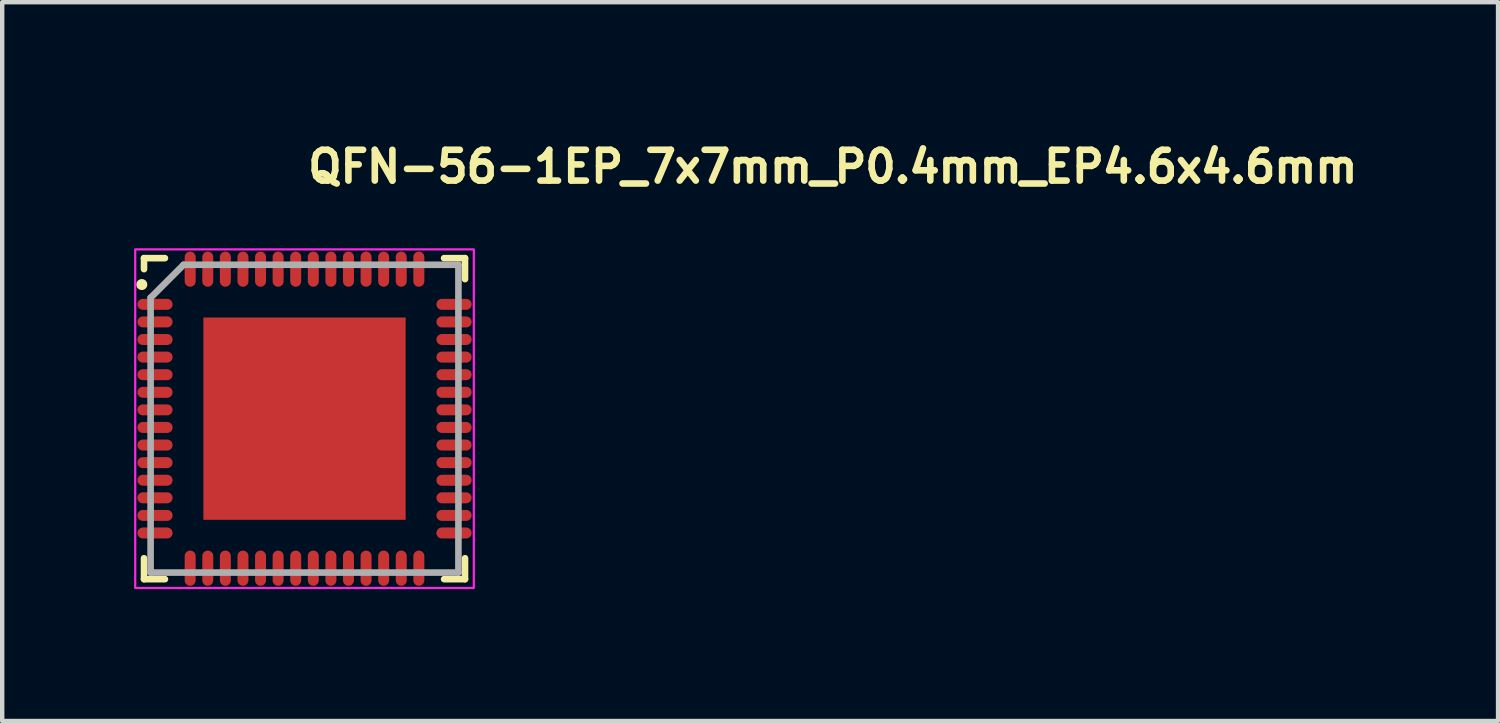
<source format=kicad_pcb>
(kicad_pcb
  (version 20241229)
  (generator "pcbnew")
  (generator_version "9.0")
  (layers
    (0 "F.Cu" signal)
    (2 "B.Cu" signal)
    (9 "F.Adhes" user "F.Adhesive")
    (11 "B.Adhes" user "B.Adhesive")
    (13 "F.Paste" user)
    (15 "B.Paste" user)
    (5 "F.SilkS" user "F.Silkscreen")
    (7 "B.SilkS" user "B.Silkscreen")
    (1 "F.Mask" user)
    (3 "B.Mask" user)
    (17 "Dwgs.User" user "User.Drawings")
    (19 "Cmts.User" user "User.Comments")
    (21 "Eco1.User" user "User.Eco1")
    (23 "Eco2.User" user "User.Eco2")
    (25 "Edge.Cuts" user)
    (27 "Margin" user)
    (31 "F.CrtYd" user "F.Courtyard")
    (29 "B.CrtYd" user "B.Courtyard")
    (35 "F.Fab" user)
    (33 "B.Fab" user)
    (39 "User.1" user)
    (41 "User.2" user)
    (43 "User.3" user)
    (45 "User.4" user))
  (footprint "QFN-56-1EP_7x7mm_P0.4mm_EP4.6x4.6mm"
    (layer "F.Cu")
    (at 3.875 6.471)
    (property "Reference" "QFN-56-1EP_7x7mm_P0.4mm_EP4.6x4.6mm" (at 0 -5.321 0) (layer "F.SilkS") (effects (font (size 0.7 0.7) (thickness 0.15)) (justify left bottom)))
    (attr smd)
    (fp_line (start -3.65 -3.4) (end -3.65 -3.65) (stroke (width 0.15) (type solid)) (layer "F.SilkS"))
    (fp_line (start -3.65 3.65) (end -3.65 3.174) (stroke (width 0.15) (type solid)) (layer "F.SilkS"))
    (fp_line (start -3.174 -3.65) (end -3.65 -3.65) (stroke (width 0.15) (type solid)) (layer "F.SilkS"))
    (fp_line (start -3.174 3.65) (end -3.65 3.65) (stroke (width 0.15) (type solid)) (layer "F.SilkS"))
    (fp_line (start 3.174 -3.65) (end 3.65 -3.65) (stroke (width 0.15) (type solid)) (layer "F.SilkS"))
    (fp_line (start 3.174 3.65) (end 3.65 3.65) (stroke (width 0.15) (type solid)) (layer "F.SilkS"))
    (fp_line (start 3.65 -3.65) (end 3.65 -3.174) (stroke (width 0.15) (type solid)) (layer "F.SilkS"))
    (fp_line (start 3.65 3.65) (end 3.65 3.174) (stroke (width 0.15) (type solid)) (layer "F.SilkS"))
    (fp_circle (center -3.7 -3.05) (end -3.65 -3.05) (stroke (width 0.15) (type solid)) (fill yes) (layer "F.SilkS"))
    (fp_rect (start 3.85 3.85) (end -3.85 -3.85) (stroke (width 0.05) (type solid)) (fill no) (layer "F.CrtYd"))
    (fp_line (start -3.5 -2.75) (end -3.5 3.5) (stroke (width 0.15) (type solid)) (layer "F.Fab"))
    (fp_line (start -3.5 3.5) (end 3.5 3.5) (stroke (width 0.15) (type solid)) (layer "F.Fab"))
    (fp_line (start -2.75 -3.5) (end -3.5 -2.75) (stroke (width 0.15) (type solid)) (layer "F.Fab"))
    (fp_line (start 3.5 -3.5) (end -2.75 -3.5) (stroke (width 0.15) (type solid)) (layer "F.Fab"))
    (fp_line (start 3.5 3.5) (end 3.5 -3.5) (stroke (width 0.15) (type solid)) (layer "F.Fab"))
    (fp_rect (start -3.5 -3.5) (end 3.5 3.5) (stroke (width 0.15) (type solid)) (fill no) (layer "User.5"))
    (fp_line (start -3.5 -2.7) (end -3.5 -2.5) (stroke (width 0.01) (type solid)) (layer "User.9"))
    (fp_line (start -3.5 -2.5) (end -3.49 -2.5) (stroke (width 0.01) (type solid)) (layer "User.9"))
    (fp_line (start -3.5 -2.3) (end -3.5 -2.1) (stroke (width 0.01) (type solid)) (layer "User.9"))
    (fp_line (start -3.5 -2.1) (end -3.49 -2.1) (stroke (width 0.01) (type solid)) (layer "User.9"))
    (fp_line (start -3.5 -1.9) (end -3.5 -1.7) (stroke (width 0.01) (type solid)) (layer "User.9"))
    (fp_line (start -3.5 -1.7) (end -3.49 -1.7) (stroke (width 0.01) (type solid)) (layer "User.9"))
    (fp_line (start -3.5 -1.5) (end -3.5 -1.3) (stroke (width 0.01) (type solid)) (layer "User.9"))
    (fp_line (start -3.5 -1.3) (end -3.49 -1.3) (stroke (width 0.01) (type solid)) (layer "User.9"))
    (fp_line (start -3.5 -1.1) (end -3.5 -0.9) (stroke (width 0.01) (type solid)) (layer "User.9"))
    (fp_line (start -3.5 -0.9) (end -3.49 -0.9) (stroke (width 0.01) (type solid)) (layer "User.9"))
    (fp_line (start -3.5 -0.7) (end -3.5 -0.5) (stroke (width 0.01) (type solid)) (layer "User.9"))
    (fp_line (start -3.5 -0.5) (end -3.49 -0.5) (stroke (width 0.01) (type solid)) (layer "User.9"))
    (fp_line (start -3.5 -0.3) (end -3.5 -0.1) (stroke (width 0.01) (type solid)) (layer "User.9"))
    (fp_line (start -3.5 -0.1) (end -3.49 -0.1) (stroke (width 0.01) (type solid)) (layer "User.9"))
    (fp_line (start -3.5 0.1) (end -3.5 0.3) (stroke (width 0.01) (type solid)) (layer "User.9"))
    (fp_line (start -3.5 0.3) (end -3.49 0.3) (stroke (width 0.01) (type solid)) (layer "User.9"))
    (fp_line (start -3.5 0.5) (end -3.5 0.7) (stroke (width 0.01) (type solid)) (layer "User.9"))
    (fp_line (start -3.5 0.7) (end -3.49 0.7) (stroke (width 0.01) (type solid)) (layer "User.9"))
    (fp_line (start -3.5 0.9) (end -3.5 1.1) (stroke (width 0.01) (type solid)) (layer "User.9"))
    (fp_line (start -3.5 1.1) (end -3.49 1.1) (stroke (width 0.01) (type solid)) (layer "User.9"))
    (fp_line (start -3.5 1.3) (end -3.5 1.5) (stroke (width 0.01) (type solid)) (layer "User.9"))
    (fp_line (start -3.5 1.5) (end -3.49 1.5) (stroke (width 0.01) (type solid)) (layer "User.9"))
    (fp_line (start -3.5 1.7) (end -3.5 1.9) (stroke (width 0.01) (type solid)) (layer "User.9"))
    (fp_line (start -3.5 1.9) (end -3.49 1.9) (stroke (width 0.01) (type solid)) (layer "User.9"))
    (fp_line (start -3.5 2.1) (end -3.5 2.3) (stroke (width 0.01) (type solid)) (layer "User.9"))
    (fp_line (start -3.5 2.3) (end -3.49 2.3) (stroke (width 0.01) (type solid)) (layer "User.9"))
    (fp_line (start -3.5 2.5) (end -3.5 2.7) (stroke (width 0.01) (type solid)) (layer "User.9"))
    (fp_line (start -3.5 2.7) (end -3.49 2.7) (stroke (width 0.01) (type solid)) (layer "User.9"))
    (fp_line (start -3.49 -2.7) (end -3.5 -2.7) (stroke (width 0.01) (type solid)) (layer "User.9"))
    (fp_line (start -3.49 -2.3) (end -3.5 -2.3) (stroke (width 0.01) (type solid)) (layer "User.9"))
    (fp_line (start -3.49 -1.9) (end -3.5 -1.9) (stroke (width 0.01) (type solid)) (layer "User.9"))
    (fp_line (start -3.49 -1.5) (end -3.5 -1.5) (stroke (width 0.01) (type solid)) (layer "User.9"))
    (fp_line (start -3.49 -1.1) (end -3.5 -1.1) (stroke (width 0.01) (type solid)) (layer "User.9"))
    (fp_line (start -3.49 -0.7) (end -3.5 -0.7) (stroke (width 0.01) (type solid)) (layer "User.9"))
    (fp_line (start -3.49 -0.3) (end -3.5 -0.3) (stroke (width 0.01) (type solid)) (layer "User.9"))
    (fp_line (start -3.49 0.1) (end -3.5 0.1) (stroke (width 0.01) (type solid)) (layer "User.9"))
    (fp_line (start -3.49 0.5) (end -3.5 0.5) (stroke (width 0.01) (type solid)) (layer "User.9"))
    (fp_line (start -3.49 0.9) (end -3.5 0.9) (stroke (width 0.01) (type solid)) (layer "User.9"))
    (fp_line (start -3.49 1.3) (end -3.5 1.3) (stroke (width 0.01) (type solid)) (layer "User.9"))
    (fp_line (start -3.49 1.7) (end -3.5 1.7) (stroke (width 0.01) (type solid)) (layer "User.9"))
    (fp_line (start -3.49 2.1) (end -3.5 2.1) (stroke (width 0.01) (type solid)) (layer "User.9"))
    (fp_line (start -3.49 2.5) (end -3.5 2.5) (stroke (width 0.01) (type solid)) (layer "User.9"))
    (fp_line (start -3.05 -2.8) (end -3.05 -2.787) (stroke (width 0.01) (type solid)) (layer "User.9"))
    (fp_line (start -3.05 -2.813) (end -3.05 -2.8) (stroke (width 0.01) (type solid)) (layer "User.9"))
    (fp_line (start -3.05 -2.787) (end -3.049 -2.774) (stroke (width 0.01) (type solid)) (layer "User.9"))
    (fp_line (start -3.049 -2.826) (end -3.05 -2.813) (stroke (width 0.01) (type solid)) (layer "User.9"))
    (fp_line (start -3.049 -2.774) (end -3.047 -2.762) (stroke (width 0.01) (type solid)) (layer "User.9"))
    (fp_line (start -3.047 -2.838) (end -3.049 -2.826) (stroke (width 0.01) (type solid)) (layer "User.9"))
    (fp_line (start -3.047 -2.762) (end -3.045 -2.75) (stroke (width 0.01) (type solid)) (layer "User.9"))
    (fp_line (start -3.045 -2.85) (end -3.047 -2.838) (stroke (width 0.01) (type solid)) (layer "User.9"))
    (fp_line (start -3.045 -2.75) (end -3.042 -2.738) (stroke (width 0.01) (type solid)) (layer "User.9"))
    (fp_line (start -3.042 -2.862) (end -3.045 -2.85) (stroke (width 0.01) (type solid)) (layer "User.9"))
    (fp_line (start -3.042 -2.738) (end -3.039 -2.726) (stroke (width 0.01) (type solid)) (layer "User.9"))
    (fp_line (start -3.039 -2.874) (end -3.042 -2.862) (stroke (width 0.01) (type solid)) (layer "User.9"))
    (fp_line (start -3.039 -2.726) (end -3.035 -2.714) (stroke (width 0.01) (type solid)) (layer "User.9"))
    (fp_line (start -3.035 -2.886) (end -3.039 -2.874) (stroke (width 0.01) (type solid)) (layer "User.9"))
    (fp_line (start -3.035 -2.714) (end -3.03 -2.703) (stroke (width 0.01) (type solid)) (layer "User.9"))
    (fp_line (start -3.03 -2.897) (end -3.035 -2.886) (stroke (width 0.01) (type solid)) (layer "User.9"))
    (fp_line (start -3.03 -2.703) (end -3.025 -2.692) (stroke (width 0.01) (type solid)) (layer "User.9"))
    (fp_line (start -3.025 -2.908) (end -3.03 -2.897) (stroke (width 0.01) (type solid)) (layer "User.9"))
    (fp_line (start -3.025 -2.692) (end -3.02 -2.681) (stroke (width 0.01) (type solid)) (layer "User.9"))
    (fp_line (start -3.02 -2.919) (end -3.025 -2.908) (stroke (width 0.01) (type solid)) (layer "User.9"))
    (fp_line (start -3.02 -2.681) (end -3.014 -2.67) (stroke (width 0.01) (type solid)) (layer "User.9"))
    (fp_line (start -3.014 -2.93) (end -3.02 -2.919) (stroke (width 0.01) (type solid)) (layer "User.9"))
    (fp_line (start -3.014 -2.67) (end -3.007 -2.66) (stroke (width 0.01) (type solid)) (layer "User.9"))
    (fp_line (start -3.007 -2.94) (end -3.014 -2.93) (stroke (width 0.01) (type solid)) (layer "User.9"))
    (fp_line (start -3.007 -2.66) (end -3 -2.65) (stroke (width 0.01) (type solid)) (layer "User.9"))
    (fp_line (start -3 -2.95) (end -3.007 -2.94) (stroke (width 0.01) (type solid)) (layer "User.9"))
    (fp_line (start -3 -2.65) (end -2.993 -2.641) (stroke (width 0.01) (type solid)) (layer "User.9"))
    (fp_line (start -2.993 -2.959) (end -3 -2.95) (stroke (width 0.01) (type solid)) (layer "User.9"))
    (fp_line (start -2.993 -2.641) (end -2.985 -2.632) (stroke (width 0.01) (type solid)) (layer "User.9"))
    (fp_line (start -2.985 -2.968) (end -2.993 -2.959) (stroke (width 0.01) (type solid)) (layer "User.9"))
    (fp_line (start -2.985 -2.632) (end -2.977 -2.623) (stroke (width 0.01) (type solid)) (layer "User.9"))
    (fp_line (start -2.977 -2.977) (end -2.985 -2.968) (stroke (width 0.01) (type solid)) (layer "User.9"))
    (fp_line (start -2.977 -2.623) (end -2.968 -2.615) (stroke (width 0.01) (type solid)) (layer "User.9"))
    (fp_line (start -2.968 -2.985) (end -2.977 -2.977) (stroke (width 0.01) (type solid)) (layer "User.9"))
    (fp_line (start -2.968 -2.615) (end -2.959 -2.607) (stroke (width 0.01) (type solid)) (layer "User.9"))
    (fp_line (start -2.959 -2.993) (end -2.968 -2.985) (stroke (width 0.01) (type solid)) (layer "User.9"))
    (fp_line (start -2.959 -2.607) (end -2.95 -2.6) (stroke (width 0.01) (type solid)) (layer "User.9"))
    (fp_line (start -2.95 -3) (end -2.959 -2.993) (stroke (width 0.01) (type solid)) (layer "User.9"))
    (fp_line (start -2.95 -2.6) (end -2.94 -2.593) (stroke (width 0.01) (type solid)) (layer "User.9"))
    (fp_line (start -2.94 -3.007) (end -2.95 -3) (stroke (width 0.01) (type solid)) (layer "User.9"))
    (fp_line (start -2.94 -2.593) (end -2.93 -2.586) (stroke (width 0.01) (type solid)) (layer "User.9"))
    (fp_line (start -2.93 -3.014) (end -2.94 -3.007) (stroke (width 0.01) (type solid)) (layer "User.9"))
    (fp_line (start -2.93 -2.586) (end -2.919 -2.58) (stroke (width 0.01) (type solid)) (layer "User.9"))
    (fp_line (start -2.919 -3.02) (end -2.93 -3.014) (stroke (width 0.01) (type solid)) (layer "User.9"))
    (fp_line (start -2.919 -2.58) (end -2.908 -2.575) (stroke (width 0.01) (type solid)) (layer "User.9"))
    (fp_line (start -2.908 -3.025) (end -2.919 -3.02) (stroke (width 0.01) (type solid)) (layer "User.9"))
    (fp_line (start -2.908 -2.575) (end -2.897 -2.57) (stroke (width 0.01) (type solid)) (layer "User.9"))
    (fp_line (start -2.897 -3.03) (end -2.908 -3.025) (stroke (width 0.01) (type solid)) (layer "User.9"))
    (fp_line (start -2.897 -2.57) (end -2.886 -2.565) (stroke (width 0.01) (type solid)) (layer "User.9"))
    (fp_line (start -2.886 -3.035) (end -2.897 -3.03) (stroke (width 0.01) (type solid)) (layer "User.9"))
    (fp_line (start -2.886 -2.565) (end -2.874 -2.561) (stroke (width 0.01) (type solid)) (layer "User.9"))
    (fp_line (start -2.874 -3.039) (end -2.886 -3.035) (stroke (width 0.01) (type solid)) (layer "User.9"))
    (fp_line (start -2.874 -2.561) (end -2.862 -2.558) (stroke (width 0.01) (type solid)) (layer "User.9"))
    (fp_line (start -2.862 -3.042) (end -2.874 -3.039) (stroke (width 0.01) (type solid)) (layer "User.9"))
    (fp_line (start -2.862 -2.558) (end -2.85 -2.555) (stroke (width 0.01) (type solid)) (layer "User.9"))
    (fp_line (start -2.85 -3.045) (end -2.862 -3.042) (stroke (width 0.01) (type solid)) (layer "User.9"))
    (fp_line (start -2.85 -2.555) (end -2.838 -2.553) (stroke (width 0.01) (type solid)) (layer "User.9"))
    (fp_line (start -2.838 -3.047) (end -2.85 -3.045) (stroke (width 0.01) (type solid)) (layer "User.9"))
    (fp_line (start -2.838 -2.553) (end -2.826 -2.551) (stroke (width 0.01) (type solid)) (layer "User.9"))
    (fp_line (start -2.826 -3.049) (end -2.838 -3.047) (stroke (width 0.01) (type solid)) (layer "User.9"))
    (fp_line (start -2.826 -2.551) (end -2.813 -2.55) (stroke (width 0.01) (type solid)) (layer "User.9"))
    (fp_line (start -2.813 -3.05) (end -2.826 -3.049) (stroke (width 0.01) (type solid)) (layer "User.9"))
    (fp_line (start -2.813 -2.55) (end -2.8 -2.55) (stroke (width 0.01) (type solid)) (layer "User.9"))
    (fp_line (start -2.8 -3.05) (end -2.813 -3.05) (stroke (width 0.01) (type solid)) (layer "User.9"))
    (fp_line (start -2.8 -2.55) (end -2.787 -2.55) (stroke (width 0.01) (type solid)) (layer "User.9"))
    (fp_line (start -2.787 -3.05) (end -2.8 -3.05) (stroke (width 0.01) (type solid)) (layer "User.9"))
    (fp_line (start -2.787 -2.55) (end -2.774 -2.551) (stroke (width 0.01) (type solid)) (layer "User.9"))
    (fp_line (start -2.774 -3.049) (end -2.787 -3.05) (stroke (width 0.01) (type solid)) (layer "User.9"))
    (fp_line (start -2.774 -2.551) (end -2.762 -2.553) (stroke (width 0.01) (type solid)) (layer "User.9"))
    (fp_line (start -2.762 -3.047) (end -2.774 -3.049) (stroke (width 0.01) (type solid)) (layer "User.9"))
    (fp_line (start -2.762 -2.553) (end -2.75 -2.555) (stroke (width 0.01) (type solid)) (layer "User.9"))
    (fp_line (start -2.75 -3.045) (end -2.762 -3.047) (stroke (width 0.01) (type solid)) (layer "User.9"))
    (fp_line (start -2.75 -2.555) (end -2.738 -2.558) (stroke (width 0.01) (type solid)) (layer "User.9"))
    (fp_line (start -2.738 -3.042) (end -2.75 -3.045) (stroke (width 0.01) (type solid)) (layer "User.9"))
    (fp_line (start -2.738 -2.558) (end -2.726 -2.561) (stroke (width 0.01) (type solid)) (layer "User.9"))
    (fp_line (start -2.726 -3.039) (end -2.738 -3.042) (stroke (width 0.01) (type solid)) (layer "User.9"))
    (fp_line (start -2.726 -2.561) (end -2.714 -2.565) (stroke (width 0.01) (type solid)) (layer "User.9"))
    (fp_line (start -2.714 -3.035) (end -2.726 -3.039) (stroke (width 0.01) (type solid)) (layer "User.9"))
    (fp_line (start -2.714 -2.565) (end -2.703 -2.57) (stroke (width 0.01) (type solid)) (layer "User.9"))
    (fp_line (start -2.703 -3.03) (end -2.714 -3.035) (stroke (width 0.01) (type solid)) (layer "User.9"))
    (fp_line (start -2.703 -2.57) (end -2.692 -2.575) (stroke (width 0.01) (type solid)) (layer "User.9"))
    (fp_line (start -2.7 -3.5) (end -2.7 -3.49) (stroke (width 0.01) (type solid)) (layer "User.9"))
    (fp_line (start -2.7 3.49) (end -2.7 3.5) (stroke (width 0.01) (type solid)) (layer "User.9"))
    (fp_line (start -2.7 3.5) (end -2.5 3.5) (stroke (width 0.01) (type solid)) (layer "User.9"))
    (fp_line (start -2.692 -3.025) (end -2.703 -3.03) (stroke (width 0.01) (type solid)) (layer "User.9"))
    (fp_line (start -2.692 -2.575) (end -2.681 -2.58) (stroke (width 0.01) (type solid)) (layer "User.9"))
    (fp_line (start -2.681 -3.02) (end -2.692 -3.025) (stroke (width 0.01) (type solid)) (layer "User.9"))
    (fp_line (start -2.681 -2.58) (end -2.67 -2.586) (stroke (width 0.01) (type solid)) (layer "User.9"))
    (fp_line (start -2.67 -3.014) (end -2.681 -3.02) (stroke (width 0.01) (type solid)) (layer "User.9"))
    (fp_line (start -2.67 -2.586) (end -2.66 -2.593) (stroke (width 0.01) (type solid)) (layer "User.9"))
    (fp_line (start -2.66 -3.007) (end -2.67 -3.014) (stroke (width 0.01) (type solid)) (layer "User.9"))
    (fp_line (start -2.66 -2.593) (end -2.65 -2.6) (stroke (width 0.01) (type solid)) (layer "User.9"))
    (fp_line (start -2.65 -3) (end -2.66 -3.007) (stroke (width 0.01) (type solid)) (layer "User.9"))
    (fp_line (start -2.65 -2.6) (end -2.641 -2.607) (stroke (width 0.01) (type solid)) (layer "User.9"))
    (fp_line (start -2.641 -2.993) (end -2.65 -3) (stroke (width 0.01) (type solid)) (layer "User.9"))
    (fp_line (start -2.641 -2.607) (end -2.632 -2.615) (stroke (width 0.01) (type solid)) (layer "User.9"))
    (fp_line (start -2.632 -2.985) (end -2.641 -2.993) (stroke (width 0.01) (type solid)) (layer "User.9"))
    (fp_line (start -2.632 -2.615) (end -2.623 -2.623) (stroke (width 0.01) (type solid)) (layer "User.9"))
    (fp_line (start -2.623 -2.977) (end -2.632 -2.985) (stroke (width 0.01) (type solid)) (layer "User.9"))
    (fp_line (start -2.623 -2.623) (end -2.615 -2.632) (stroke (width 0.01) (type solid)) (layer "User.9"))
    (fp_line (start -2.615 -2.968) (end -2.623 -2.977) (stroke (width 0.01) (type solid)) (layer "User.9"))
    (fp_line (start -2.615 -2.632) (end -2.607 -2.641) (stroke (width 0.01) (type solid)) (layer "User.9"))
    (fp_line (start -2.607 -2.959) (end -2.615 -2.968) (stroke (width 0.01) (type solid)) (layer "User.9"))
    (fp_line (start -2.607 -2.641) (end -2.6 -2.65) (stroke (width 0.01) (type solid)) (layer "User.9"))
    (fp_line (start -2.6 -2.95) (end -2.607 -2.959) (stroke (width 0.01) (type solid)) (layer "User.9"))
    (fp_line (start -2.6 -2.65) (end -2.593 -2.66) (stroke (width 0.01) (type solid)) (layer "User.9"))
    (fp_line (start -2.593 -2.94) (end -2.6 -2.95) (stroke (width 0.01) (type solid)) (layer "User.9"))
    (fp_line (start -2.593 -2.66) (end -2.586 -2.67) (stroke (width 0.01) (type solid)) (layer "User.9"))
    (fp_line (start -2.586 -2.93) (end -2.593 -2.94) (stroke (width 0.01) (type solid)) (layer "User.9"))
    (fp_line (start -2.586 -2.67) (end -2.58 -2.681) (stroke (width 0.01) (type solid)) (layer "User.9"))
    (fp_line (start -2.58 -2.919) (end -2.586 -2.93) (stroke (width 0.01) (type solid)) (layer "User.9"))
    (fp_line (start -2.58 -2.681) (end -2.575 -2.692) (stroke (width 0.01) (type solid)) (layer "User.9"))
    (fp_line (start -2.575 -2.908) (end -2.58 -2.919) (stroke (width 0.01) (type solid)) (layer "User.9"))
    (fp_line (start -2.575 -2.692) (end -2.57 -2.703) (stroke (width 0.01) (type solid)) (layer "User.9"))
    (fp_line (start -2.57 -2.897) (end -2.575 -2.908) (stroke (width 0.01) (type solid)) (layer "User.9"))
    (fp_line (start -2.57 -2.703) (end -2.565 -2.714) (stroke (width 0.01) (type solid)) (layer "User.9"))
    (fp_line (start -2.565 -2.886) (end -2.57 -2.897) (stroke (width 0.01) (type solid)) (layer "User.9"))
    (fp_line (start -2.565 -2.714) (end -2.561 -2.726) (stroke (width 0.01) (type solid)) (layer "User.9"))
    (fp_line (start -2.561 -2.874) (end -2.565 -2.886) (stroke (width 0.01) (type solid)) (layer "User.9"))
    (fp_line (start -2.561 -2.726) (end -2.558 -2.738) (stroke (width 0.01) (type solid)) (layer "User.9"))
    (fp_line (start -2.558 -2.862) (end -2.561 -2.874) (stroke (width 0.01) (type solid)) (layer "User.9"))
    (fp_line (start -2.558 -2.738) (end -2.555 -2.75) (stroke (width 0.01) (type solid)) (layer "User.9"))
    (fp_line (start -2.555 -2.85) (end -2.558 -2.862) (stroke (width 0.01) (type solid)) (layer "User.9"))
    (fp_line (start -2.555 -2.75) (end -2.553 -2.762) (stroke (width 0.01) (type solid)) (layer "User.9"))
    (fp_line (start -2.553 -2.838) (end -2.555 -2.85) (stroke (width 0.01) (type solid)) (layer "User.9"))
    (fp_line (start -2.553 -2.762) (end -2.551 -2.774) (stroke (width 0.01) (type solid)) (layer "User.9"))
    (fp_line (start -2.551 -2.826) (end -2.553 -2.838) (stroke (width 0.01) (type solid)) (layer "User.9"))
    (fp_line (start -2.551 -2.774) (end -2.55 -2.787) (stroke (width 0.01) (type solid)) (layer "User.9"))
    (fp_line (start -2.55 -2.813) (end -2.551 -2.826) (stroke (width 0.01) (type solid)) (layer "User.9"))
    (fp_line (start -2.55 -2.787) (end -2.55 -2.8) (stroke (width 0.01) (type solid)) (layer "User.9"))
    (fp_line (start -2.55 -2.8) (end -2.55 -2.813) (stroke (width 0.01) (type solid)) (layer "User.9"))
    (fp_line (start -2.5 -3.5) (end -2.7 -3.5) (stroke (width 0.01) (type solid)) (layer "User.9"))
    (fp_line (start -2.5 -3.49) (end -2.5 -3.5) (stroke (width 0.01) (type solid)) (layer "User.9"))
    (fp_line (start -2.5 3.5) (end -2.5 3.49) (stroke (width 0.01) (type solid)) (layer "User.9"))
    (fp_line (start -2.3 -3.5) (end -2.3 -3.49) (stroke (width 0.01) (type solid)) (layer "User.9"))
    (fp_line (start -2.3 3.49) (end -2.3 3.5) (stroke (width 0.01) (type solid)) (layer "User.9"))
    (fp_line (start -2.3 3.5) (end -2.1 3.5) (stroke (width 0.01) (type solid)) (layer "User.9"))
    (fp_line (start -2.1 -3.5) (end -2.3 -3.5) (stroke (width 0.01) (type solid)) (layer "User.9"))
    (fp_line (start -2.1 -3.49) (end -2.1 -3.5) (stroke (width 0.01) (type solid)) (layer "User.9"))
    (fp_line (start -2.1 3.5) (end -2.1 3.49) (stroke (width 0.01) (type solid)) (layer "User.9"))
    (fp_line (start -1.9 -3.5) (end -1.9 -3.49) (stroke (width 0.01) (type solid)) (layer "User.9"))
    (fp_line (start -1.9 3.49) (end -1.9 3.5) (stroke (width 0.01) (type solid)) (layer "User.9"))
    (fp_line (start -1.9 3.5) (end -1.7 3.5) (stroke (width 0.01) (type solid)) (layer "User.9"))
    (fp_line (start -1.7 -3.5) (end -1.9 -3.5) (stroke (width 0.01) (type solid)) (layer "User.9"))
    (fp_line (start -1.7 -3.49) (end -1.7 -3.5) (stroke (width 0.01) (type solid)) (layer "User.9"))
    (fp_line (start -1.7 3.5) (end -1.7 3.49) (stroke (width 0.01) (type solid)) (layer "User.9"))
    (fp_line (start -1.5 -3.5) (end -1.5 -3.49) (stroke (width 0.01) (type solid)) (layer "User.9"))
    (fp_line (start -1.5 3.49) (end -1.5 3.5) (stroke (width 0.01) (type solid)) (layer "User.9"))
    (fp_line (start -1.5 3.5) (end -1.3 3.5) (stroke (width 0.01) (type solid)) (layer "User.9"))
    (fp_line (start -1.3 -3.5) (end -1.5 -3.5) (stroke (width 0.01) (type solid)) (layer "User.9"))
    (fp_line (start -1.3 -3.49) (end -1.3 -3.5) (stroke (width 0.01) (type solid)) (layer "User.9"))
    (fp_line (start -1.3 3.5) (end -1.3 3.49) (stroke (width 0.01) (type solid)) (layer "User.9"))
    (fp_line (start -1.1 -3.5) (end -1.1 -3.49) (stroke (width 0.01) (type solid)) (layer "User.9"))
    (fp_line (start -1.1 3.49) (end -1.1 3.5) (stroke (width 0.01) (type solid)) (layer "User.9"))
    (fp_line (start -1.1 3.5) (end -0.9 3.5) (stroke (width 0.01) (type solid)) (layer "User.9"))
    (fp_line (start -0.9 -3.5) (end -1.1 -3.5) (stroke (width 0.01) (type solid)) (layer "User.9"))
    (fp_line (start -0.9 -3.49) (end -0.9 -3.5) (stroke (width 0.01) (type solid)) (layer "User.9"))
    (fp_line (start -0.9 3.5) (end -0.9 3.49) (stroke (width 0.01) (type solid)) (layer "User.9"))
    (fp_line (start -0.7 -3.5) (end -0.7 -3.49) (stroke (width 0.01) (type solid)) (layer "User.9"))
    (fp_line (start -0.7 3.49) (end -0.7 3.5) (stroke (width 0.01) (type solid)) (layer "User.9"))
    (fp_line (start -0.7 3.5) (end -0.5 3.5) (stroke (width 0.01) (type solid)) (layer "User.9"))
    (fp_line (start -0.5 -3.5) (end -0.7 -3.5) (stroke (width 0.01) (type solid)) (layer "User.9"))
    (fp_line (start -0.5 -3.49) (end -0.5 -3.5) (stroke (width 0.01) (type solid)) (layer "User.9"))
    (fp_line (start -0.5 3.5) (end -0.5 3.49) (stroke (width 0.01) (type solid)) (layer "User.9"))
    (fp_line (start -0.3 -3.5) (end -0.3 -3.49) (stroke (width 0.01) (type solid)) (layer "User.9"))
    (fp_line (start -0.3 3.49) (end -0.3 3.5) (stroke (width 0.01) (type solid)) (layer "User.9"))
    (fp_line (start -0.3 3.5) (end -0.1 3.5) (stroke (width 0.01) (type solid)) (layer "User.9"))
    (fp_line (start -0.1 -3.5) (end -0.3 -3.5) (stroke (width 0.01) (type solid)) (layer "User.9"))
    (fp_line (start -0.1 -3.49) (end -0.1 -3.5) (stroke (width 0.01) (type solid)) (layer "User.9"))
    (fp_line (start -0.1 3.5) (end -0.1 3.49) (stroke (width 0.01) (type solid)) (layer "User.9"))
    (fp_line (start 0.1 -3.5) (end 0.1 -3.49) (stroke (width 0.01) (type solid)) (layer "User.9"))
    (fp_line (start 0.1 3.49) (end 0.1 3.5) (stroke (width 0.01) (type solid)) (layer "User.9"))
    (fp_line (start 0.1 3.5) (end 0.3 3.5) (stroke (width 0.01) (type solid)) (layer "User.9"))
    (fp_line (start 0.3 -3.5) (end 0.1 -3.5) (stroke (width 0.01) (type solid)) (layer "User.9"))
    (fp_line (start 0.3 -3.49) (end 0.3 -3.5) (stroke (width 0.01) (type solid)) (layer "User.9"))
    (fp_line (start 0.3 3.5) (end 0.3 3.49) (stroke (width 0.01) (type solid)) (layer "User.9"))
    (fp_line (start 0.5 -3.5) (end 0.5 -3.49) (stroke (width 0.01) (type solid)) (layer "User.9"))
    (fp_line (start 0.5 3.49) (end 0.5 3.5) (stroke (width 0.01) (type solid)) (layer "User.9"))
    (fp_line (start 0.5 3.5) (end 0.7 3.5) (stroke (width 0.01) (type solid)) (layer "User.9"))
    (fp_line (start 0.7 -3.5) (end 0.5 -3.5) (stroke (width 0.01) (type solid)) (layer "User.9"))
    (fp_line (start 0.7 -3.49) (end 0.7 -3.5) (stroke (width 0.01) (type solid)) (layer "User.9"))
    (fp_line (start 0.7 3.5) (end 0.7 3.49) (stroke (width 0.01) (type solid)) (layer "User.9"))
    (fp_line (start 0.9 -3.5) (end 0.9 -3.49) (stroke (width 0.01) (type solid)) (layer "User.9"))
    (fp_line (start 0.9 3.49) (end 0.9 3.5) (stroke (width 0.01) (type solid)) (layer "User.9"))
    (fp_line (start 0.9 3.5) (end 1.1 3.5) (stroke (width 0.01) (type solid)) (layer "User.9"))
    (fp_line (start 1.1 -3.5) (end 0.9 -3.5) (stroke (width 0.01) (type solid)) (layer "User.9"))
    (fp_line (start 1.1 -3.49) (end 1.1 -3.5) (stroke (width 0.01) (type solid)) (layer "User.9"))
    (fp_line (start 1.1 3.5) (end 1.1 3.49) (stroke (width 0.01) (type solid)) (layer "User.9"))
    (fp_line (start 1.3 -3.5) (end 1.3 -3.49) (stroke (width 0.01) (type solid)) (layer "User.9"))
    (fp_line (start 1.3 3.49) (end 1.3 3.5) (stroke (width 0.01) (type solid)) (layer "User.9"))
    (fp_line (start 1.3 3.5) (end 1.5 3.5) (stroke (width 0.01) (type solid)) (layer "User.9"))
    (fp_line (start 1.5 -3.5) (end 1.3 -3.5) (stroke (width 0.01) (type solid)) (layer "User.9"))
    (fp_line (start 1.5 -3.49) (end 1.5 -3.5) (stroke (width 0.01) (type solid)) (layer "User.9"))
    (fp_line (start 1.5 3.5) (end 1.5 3.49) (stroke (width 0.01) (type solid)) (layer "User.9"))
    (fp_line (start 1.7 -3.5) (end 1.7 -3.49) (stroke (width 0.01) (type solid)) (layer "User.9"))
    (fp_line (start 1.7 3.49) (end 1.7 3.5) (stroke (width 0.01) (type solid)) (layer "User.9"))
    (fp_line (start 1.7 3.5) (end 1.9 3.5) (stroke (width 0.01) (type solid)) (layer "User.9"))
    (fp_line (start 1.9 -3.5) (end 1.7 -3.5) (stroke (width 0.01) (type solid)) (layer "User.9"))
    (fp_line (start 1.9 -3.49) (end 1.9 -3.5) (stroke (width 0.01) (type solid)) (layer "User.9"))
    (fp_line (start 1.9 3.5) (end 1.9 3.49) (stroke (width 0.01) (type solid)) (layer "User.9"))
    (fp_line (start 2.1 -3.5) (end 2.1 -3.49) (stroke (width 0.01) (type solid)) (layer "User.9"))
    (fp_line (start 2.1 3.49) (end 2.1 3.5) (stroke (width 0.01) (type solid)) (layer "User.9"))
    (fp_line (start 2.1 3.5) (end 2.3 3.5) (stroke (width 0.01) (type solid)) (layer "User.9"))
    (fp_line (start 2.3 -3.5) (end 2.1 -3.5) (stroke (width 0.01) (type solid)) (layer "User.9"))
    (fp_line (start 2.3 -3.49) (end 2.3 -3.5) (stroke (width 0.01) (type solid)) (layer "User.9"))
    (fp_line (start 2.3 3.5) (end 2.3 3.49) (stroke (width 0.01) (type solid)) (layer "User.9"))
    (fp_line (start 2.5 -3.5) (end 2.5 -3.49) (stroke (width 0.01) (type solid)) (layer "User.9"))
    (fp_line (start 2.5 3.49) (end 2.5 3.5) (stroke (width 0.01) (type solid)) (layer "User.9"))
    (fp_line (start 2.5 3.5) (end 2.7 3.5) (stroke (width 0.01) (type solid)) (layer "User.9"))
    (fp_line (start 2.7 -3.5) (end 2.5 -3.5) (stroke (width 0.01) (type solid)) (layer "User.9"))
    (fp_line (start 2.7 -3.49) (end 2.7 -3.5) (stroke (width 0.01) (type solid)) (layer "User.9"))
    (fp_line (start 2.7 3.5) (end 2.7 3.49) (stroke (width 0.01) (type solid)) (layer "User.9"))
    (fp_line (start 3.49 -2.5) (end 3.5 -2.5) (stroke (width 0.01) (type solid)) (layer "User.9"))
    (fp_line (start 3.49 -2.1) (end 3.5 -2.1) (stroke (width 0.01) (type solid)) (layer "User.9"))
    (fp_line (start 3.49 -1.7) (end 3.5 -1.7) (stroke (width 0.01) (type solid)) (layer "User.9"))
    (fp_line (start 3.49 -1.3) (end 3.5 -1.3) (stroke (width 0.01) (type solid)) (layer "User.9"))
    (fp_line (start 3.49 -0.9) (end 3.5 -0.9) (stroke (width 0.01) (type solid)) (layer "User.9"))
    (fp_line (start 3.49 -0.5) (end 3.5 -0.5) (stroke (width 0.01) (type solid)) (layer "User.9"))
    (fp_line (start 3.49 -0.1) (end 3.5 -0.1) (stroke (width 0.01) (type solid)) (layer "User.9"))
    (fp_line (start 3.49 0.3) (end 3.5 0.3) (stroke (width 0.01) (type solid)) (layer "User.9"))
    (fp_line (start 3.49 0.7) (end 3.5 0.7) (stroke (width 0.01) (type solid)) (layer "User.9"))
    (fp_line (start 3.49 1.1) (end 3.5 1.1) (stroke (width 0.01) (type solid)) (layer "User.9"))
    (fp_line (start 3.49 1.5) (end 3.5 1.5) (stroke (width 0.01) (type solid)) (layer "User.9"))
    (fp_line (start 3.49 1.9) (end 3.5 1.9) (stroke (width 0.01) (type solid)) (layer "User.9"))
    (fp_line (start 3.49 2.3) (end 3.5 2.3) (stroke (width 0.01) (type solid)) (layer "User.9"))
    (fp_line (start 3.49 2.7) (end 3.5 2.7) (stroke (width 0.01) (type solid)) (layer "User.9"))
    (fp_line (start 3.5 -2.7) (end 3.49 -2.7) (stroke (width 0.01) (type solid)) (layer "User.9"))
    (fp_line (start 3.5 -2.5) (end 3.5 -2.7) (stroke (width 0.01) (type solid)) (layer "User.9"))
    (fp_line (start 3.5 -2.3) (end 3.49 -2.3) (stroke (width 0.01) (type solid)) (layer "User.9"))
    (fp_line (start 3.5 -2.1) (end 3.5 -2.3) (stroke (width 0.01) (type solid)) (layer "User.9"))
    (fp_line (start 3.5 -1.9) (end 3.49 -1.9) (stroke (width 0.01) (type solid)) (layer "User.9"))
    (fp_line (start 3.5 -1.7) (end 3.5 -1.9) (stroke (width 0.01) (type solid)) (layer "User.9"))
    (fp_line (start 3.5 -1.5) (end 3.49 -1.5) (stroke (width 0.01) (type solid)) (layer "User.9"))
    (fp_line (start 3.5 -1.3) (end 3.5 -1.5) (stroke (width 0.01) (type solid)) (layer "User.9"))
    (fp_line (start 3.5 -1.1) (end 3.49 -1.1) (stroke (width 0.01) (type solid)) (layer "User.9"))
    (fp_line (start 3.5 -0.9) (end 3.5 -1.1) (stroke (width 0.01) (type solid)) (layer "User.9"))
    (fp_line (start 3.5 -0.7) (end 3.49 -0.7) (stroke (width 0.01) (type solid)) (layer "User.9"))
    (fp_line (start 3.5 -0.5) (end 3.5 -0.7) (stroke (width 0.01) (type solid)) (layer "User.9"))
    (fp_line (start 3.5 -0.3) (end 3.49 -0.3) (stroke (width 0.01) (type solid)) (layer "User.9"))
    (fp_line (start 3.5 -0.1) (end 3.5 -0.3) (stroke (width 0.01) (type solid)) (layer "User.9"))
    (fp_line (start 3.5 0.1) (end 3.49 0.1) (stroke (width 0.01) (type solid)) (layer "User.9"))
    (fp_line (start 3.5 0.3) (end 3.5 0.1) (stroke (width 0.01) (type solid)) (layer "User.9"))
    (fp_line (start 3.5 0.5) (end 3.49 0.5) (stroke (width 0.01) (type solid)) (layer "User.9"))
    (fp_line (start 3.5 0.7) (end 3.5 0.5) (stroke (width 0.01) (type solid)) (layer "User.9"))
    (fp_line (start 3.5 0.9) (end 3.49 0.9) (stroke (width 0.01) (type solid)) (layer "User.9"))
    (fp_line (start 3.5 1.1) (end 3.5 0.9) (stroke (width 0.01) (type solid)) (layer "User.9"))
    (fp_line (start 3.5 1.3) (end 3.49 1.3) (stroke (width 0.01) (type solid)) (layer "User.9"))
    (fp_line (start 3.5 1.5) (end 3.5 1.3) (stroke (width 0.01) (type solid)) (layer "User.9"))
    (fp_line (start 3.5 1.7) (end 3.49 1.7) (stroke (width 0.01) (type solid)) (layer "User.9"))
    (fp_line (start 3.5 1.9) (end 3.5 1.7) (stroke (width 0.01) (type solid)) (layer "User.9"))
    (fp_line (start 3.5 2.1) (end 3.49 2.1) (stroke (width 0.01) (type solid)) (layer "User.9"))
    (fp_line (start 3.5 2.3) (end 3.5 2.1) (stroke (width 0.01) (type solid)) (layer "User.9"))
    (fp_line (start 3.5 2.5) (end 3.49 2.5) (stroke (width 0.01) (type solid)) (layer "User.9"))
    (fp_line (start 3.5 2.7) (end 3.5 2.5) (stroke (width 0.01) (type solid)) (layer "User.9"))
    (fp_rect (start -3.49 -3.49) (end 3.49 3.49) (stroke (width 0.01) (type solid)) (fill no) (layer "User.9"))
    (pad "" smd roundrect (at -1.525 -1.525) (size 1.3 1.3) (layers "F.Paste") (roundrect_rratio 0.221))
    (pad "" smd roundrect (at -1.525 0) (size 1.3 1.3) (layers "F.Paste") (roundrect_rratio 0.221))
    (pad "" smd roundrect (at -1.525 1.525) (size 1.3 1.3) (layers "F.Paste") (roundrect_rratio 0.221))
    (pad "" smd roundrect (at 0 -1.525) (size 1.3 1.3) (layers "F.Paste") (roundrect_rratio 0.221))
    (pad "" smd roundrect (at 0 0) (size 1.3 1.3) (layers "F.Paste") (roundrect_rratio 0.221))
    (pad "" smd roundrect (at 0 1.525) (size 1.3 1.3) (layers "F.Paste") (roundrect_rratio 0.221))
    (pad "" smd roundrect (at 1.525 -1.525) (size 1.3 1.3) (layers "F.Paste") (roundrect_rratio 0.221))
    (pad "" smd roundrect (at 1.525 0) (size 1.3 1.3) (layers "F.Paste") (roundrect_rratio 0.221))
    (pad "" smd roundrect (at 1.525 1.525) (size 1.3 1.3) (layers "F.Paste") (roundrect_rratio 0.221))
    (pad "1" smd oval (at -3.4 -2.6) (size 0.8 0.25) (layers "F.Cu" "F.Mask" "F.Paste"))
    (pad "2" smd oval (at -3.4 -2.2) (size 0.8 0.25) (layers "F.Cu" "F.Mask" "F.Paste"))
    (pad "3" smd oval (at -3.4 -1.8) (size 0.8 0.25) (layers "F.Cu" "F.Mask" "F.Paste"))
    (pad "4" smd oval (at -3.4 -1.4) (size 0.8 0.25) (layers "F.Cu" "F.Mask" "F.Paste"))
    (pad "5" smd oval (at -3.4 -1) (size 0.8 0.25) (layers "F.Cu" "F.Mask" "F.Paste"))
    (pad "6" smd oval (at -3.4 -0.6) (size 0.8 0.25) (layers "F.Cu" "F.Mask" "F.Paste"))
    (pad "7" smd oval (at -3.4 -0.2) (size 0.8 0.25) (layers "F.Cu" "F.Mask" "F.Paste"))
    (pad "8" smd oval (at -3.4 0.2) (size 0.8 0.25) (layers "F.Cu" "F.Mask" "F.Paste"))
    (pad "9" smd oval (at -3.4 0.6) (size 0.8 0.25) (layers "F.Cu" "F.Mask" "F.Paste"))
    (pad "10" smd oval (at -3.4 1) (size 0.8 0.25) (layers "F.Cu" "F.Mask" "F.Paste"))
    (pad "11" smd oval (at -3.4 1.4) (size 0.8 0.25) (layers "F.Cu" "F.Mask" "F.Paste"))
    (pad "12" smd oval (at -3.4 1.8) (size 0.8 0.25) (layers "F.Cu" "F.Mask" "F.Paste"))
    (pad "13" smd oval (at -3.4 2.2) (size 0.8 0.25) (layers "F.Cu" "F.Mask" "F.Paste"))
    (pad "14" smd oval (at -3.4 2.6) (size 0.8 0.25) (layers "F.Cu" "F.Mask" "F.Paste"))
    (pad "15" smd oval (at -2.6 3.4 90) (size 0.8 0.25) (layers "F.Cu" "F.Mask" "F.Paste"))
    (pad "16" smd oval (at -2.2 3.4 90) (size 0.8 0.25) (layers "F.Cu" "F.Mask" "F.Paste"))
    (pad "17" smd oval (at -1.8 3.4 90) (size 0.8 0.25) (layers "F.Cu" "F.Mask" "F.Paste"))
    (pad "18" smd oval (at -1.4 3.4 90) (size 0.8 0.25) (layers "F.Cu" "F.Mask" "F.Paste"))
    (pad "19" smd oval (at -1 3.4 90) (size 0.8 0.25) (layers "F.Cu" "F.Mask" "F.Paste"))
    (pad "20" smd oval (at -0.6 3.4 90) (size 0.8 0.25) (layers "F.Cu" "F.Mask" "F.Paste"))
    (pad "21" smd oval (at -0.2 3.4 90) (size 0.8 0.25) (layers "F.Cu" "F.Mask" "F.Paste"))
    (pad "22" smd oval (at 0.2 3.4 90) (size 0.8 0.25) (layers "F.Cu" "F.Mask" "F.Paste"))
    (pad "23" smd oval (at 0.6 3.4 90) (size 0.8 0.25) (layers "F.Cu" "F.Mask" "F.Paste"))
    (pad "24" smd oval (at 1 3.4 90) (size 0.8 0.25) (layers "F.Cu" "F.Mask" "F.Paste"))
    (pad "25" smd oval (at 1.4 3.4 90) (size 0.8 0.25) (layers "F.Cu" "F.Mask" "F.Paste"))
    (pad "26" smd oval (at 1.8 3.4 90) (size 0.8 0.25) (layers "F.Cu" "F.Mask" "F.Paste"))
    (pad "27" smd oval (at 2.2 3.4 90) (size 0.8 0.25) (layers "F.Cu" "F.Mask" "F.Paste"))
    (pad "28" smd oval (at 2.6 3.4 90) (size 0.8 0.25) (layers "F.Cu" "F.Mask" "F.Paste"))
    (pad "29" smd oval (at 3.4 2.6) (size 0.8 0.25) (layers "F.Cu" "F.Mask" "F.Paste"))
    (pad "30" smd oval (at 3.4 2.2) (size 0.8 0.25) (layers "F.Cu" "F.Mask" "F.Paste"))
    (pad "31" smd oval (at 3.4 1.8) (size 0.8 0.25) (layers "F.Cu" "F.Mask" "F.Paste"))
    (pad "32" smd oval (at 3.4 1.4) (size 0.8 0.25) (layers "F.Cu" "F.Mask" "F.Paste"))
    (pad "33" smd oval (at 3.4 1) (size 0.8 0.25) (layers "F.Cu" "F.Mask" "F.Paste"))
    (pad "34" smd oval (at 3.4 0.6) (size 0.8 0.25) (layers "F.Cu" "F.Mask" "F.Paste"))
    (pad "35" smd oval (at 3.4 0.2) (size 0.8 0.25) (layers "F.Cu" "F.Mask" "F.Paste"))
    (pad "36" smd oval (at 3.4 -0.2) (size 0.8 0.25) (layers "F.Cu" "F.Mask" "F.Paste"))
    (pad "37" smd oval (at 3.4 -0.6) (size 0.8 0.25) (layers "F.Cu" "F.Mask" "F.Paste"))
    (pad "38" smd oval (at 3.4 -1) (size 0.8 0.25) (layers "F.Cu" "F.Mask" "F.Paste"))
    (pad "39" smd oval (at 3.4 -1.4) (size 0.8 0.25) (layers "F.Cu" "F.Mask" "F.Paste"))
    (pad "40" smd oval (at 3.4 -1.8) (size 0.8 0.25) (layers "F.Cu" "F.Mask" "F.Paste"))
    (pad "41" smd oval (at 3.4 -2.2) (size 0.8 0.25) (layers "F.Cu" "F.Mask" "F.Paste"))
    (pad "42" smd oval (at 3.4 -2.6) (size 0.8 0.25) (layers "F.Cu" "F.Mask" "F.Paste"))
    (pad "43" smd oval (at 2.6 -3.4 90) (size 0.8 0.25) (layers "F.Cu" "F.Mask" "F.Paste"))
    (pad "44" smd oval (at 2.2 -3.4 90) (size 0.8 0.25) (layers "F.Cu" "F.Mask" "F.Paste"))
    (pad "45" smd oval (at 1.8 -3.4 90) (size 0.8 0.25) (layers "F.Cu" "F.Mask" "F.Paste"))
    (pad "46" smd oval (at 1.4 -3.4 90) (size 0.8 0.25) (layers "F.Cu" "F.Mask" "F.Paste"))
    (pad "47" smd oval (at 1 -3.4 90) (size 0.8 0.25) (layers "F.Cu" "F.Mask" "F.Paste"))
    (pad "48" smd oval (at 0.6 -3.4 90) (size 0.8 0.25) (layers "F.Cu" "F.Mask" "F.Paste"))
    (pad "49" smd oval (at 0.2 -3.4 90) (size 0.8 0.25) (layers "F.Cu" "F.Mask" "F.Paste"))
    (pad "50" smd oval (at -0.2 -3.4 90) (size 0.8 0.25) (layers "F.Cu" "F.Mask" "F.Paste"))
    (pad "51" smd oval (at -0.6 -3.4 90) (size 0.8 0.25) (layers "F.Cu" "F.Mask" "F.Paste"))
    (pad "52" smd oval (at -1 -3.4 90) (size 0.8 0.25) (layers "F.Cu" "F.Mask" "F.Paste"))
    (pad "53" smd oval (at -1.4 -3.4 90) (size 0.8 0.25) (layers "F.Cu" "F.Mask" "F.Paste"))
    (pad "54" smd oval (at -1.8 -3.4 90) (size 0.8 0.25) (layers "F.Cu" "F.Mask" "F.Paste"))
    (pad "55" smd oval (at -2.2 -3.4 90) (size 0.8 0.25) (layers "F.Cu" "F.Mask" "F.Paste"))
    (pad "56" smd oval (at -2.6 -3.4 90) (size 0.8 0.25) (layers "F.Cu" "F.Mask" "F.Paste"))
    (pad "57" smd rect (at 0 0) (size 4.6 4.6) (layers "F.Cu" "F.Mask")))
  (gr_rect
    (start -3 -3)
    (end 31.018 13.346)
    (stroke (width 0.1) (type default))
    (fill no)
    (layer "Edge.Cuts")))
</source>
